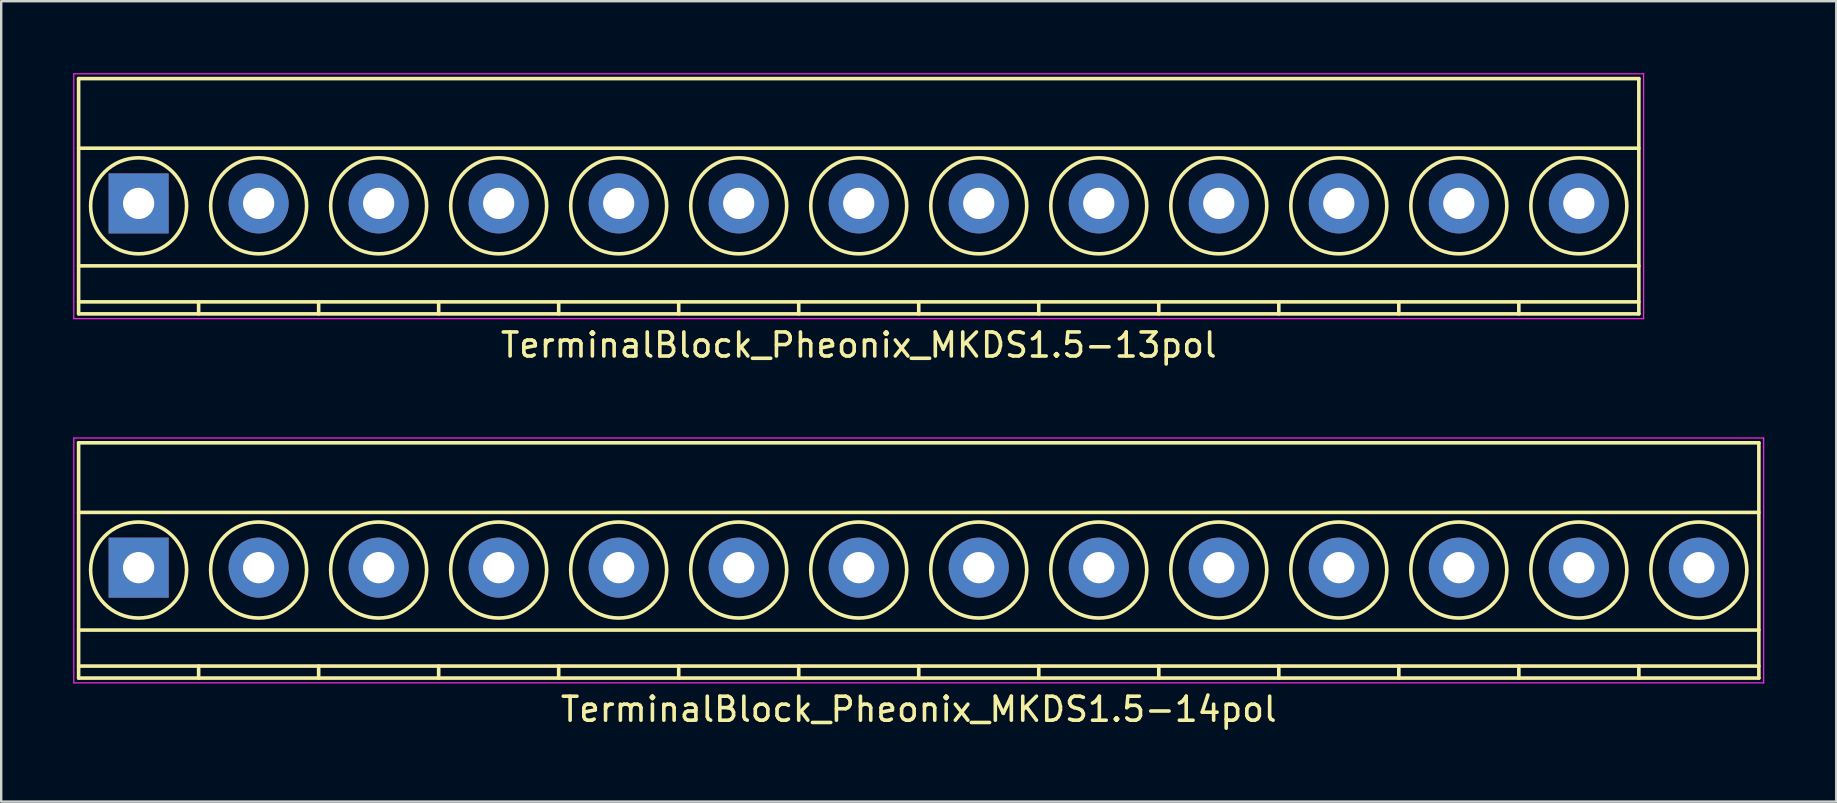
<source format=kicad_pcb>
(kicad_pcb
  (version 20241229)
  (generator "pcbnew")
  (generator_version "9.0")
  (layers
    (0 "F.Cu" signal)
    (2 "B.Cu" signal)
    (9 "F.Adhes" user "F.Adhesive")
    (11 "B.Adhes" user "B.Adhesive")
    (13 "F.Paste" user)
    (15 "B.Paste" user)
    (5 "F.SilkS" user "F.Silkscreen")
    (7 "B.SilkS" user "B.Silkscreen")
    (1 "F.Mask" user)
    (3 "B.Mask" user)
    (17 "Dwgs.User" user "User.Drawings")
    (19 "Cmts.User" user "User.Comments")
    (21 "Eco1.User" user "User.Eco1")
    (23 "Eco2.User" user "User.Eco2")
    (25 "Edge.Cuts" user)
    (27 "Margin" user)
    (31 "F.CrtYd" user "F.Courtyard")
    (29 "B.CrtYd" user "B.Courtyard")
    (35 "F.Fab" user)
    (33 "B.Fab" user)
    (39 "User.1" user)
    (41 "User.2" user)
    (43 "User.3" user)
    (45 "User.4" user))
  (footprint "TerminalBlock_Pheonix_MKDS1.5-13pol"
    (layer "F.Cu")
    (at 2.725 5.425)
    (property "Reference" "TerminalBlock_Pheonix_MKDS1.5-13pol" (at 30 5.9 0) (layer "F.SilkS") (effects (font (size 1 1) (thickness 0.15))))
    (attr through_hole)
    (fp_line (start -2.5 -5.2) (end -2.5 4.6) (stroke (width 0.15) (type solid)) (layer "F.SilkS"))
    (fp_line (start -2.5 -2.3) (end 62.5 -2.3) (stroke (width 0.15) (type solid)) (layer "F.SilkS"))
    (fp_line (start -2.5 2.6) (end 62.5 2.6) (stroke (width 0.15) (type solid)) (layer "F.SilkS"))
    (fp_line (start -2.5 4.1) (end 62.5 4.1) (stroke (width 0.15) (type solid)) (layer "F.SilkS"))
    (fp_line (start -2.5 4.6) (end 62.5 4.6) (stroke (width 0.15) (type solid)) (layer "F.SilkS"))
    (fp_line (start 2.5 4.1) (end 2.5 4.6) (stroke (width 0.15) (type solid)) (layer "F.SilkS"))
    (fp_line (start 7.5 4.1) (end 7.5 4.6) (stroke (width 0.15) (type solid)) (layer "F.SilkS"))
    (fp_line (start 12.5 4.1) (end 12.5 4.6) (stroke (width 0.15) (type solid)) (layer "F.SilkS"))
    (fp_line (start 17.5 4.1) (end 17.5 4.6) (stroke (width 0.15) (type solid)) (layer "F.SilkS"))
    (fp_line (start 22.5 4.1) (end 22.5 4.6) (stroke (width 0.15) (type solid)) (layer "F.SilkS"))
    (fp_line (start 27.5 4.1) (end 27.5 4.6) (stroke (width 0.15) (type solid)) (layer "F.SilkS"))
    (fp_line (start 32.5 4.1) (end 32.5 4.6) (stroke (width 0.15) (type solid)) (layer "F.SilkS"))
    (fp_line (start 37.5 4.1) (end 37.5 4.6) (stroke (width 0.15) (type solid)) (layer "F.SilkS"))
    (fp_line (start 42.5 4.1) (end 42.5 4.6) (stroke (width 0.15) (type solid)) (layer "F.SilkS"))
    (fp_line (start 47.5 4.1) (end 47.5 4.6) (stroke (width 0.15) (type solid)) (layer "F.SilkS"))
    (fp_line (start 52.5 4.1) (end 52.5 4.6) (stroke (width 0.15) (type solid)) (layer "F.SilkS"))
    (fp_line (start 57.5 4.1) (end 57.5 4.6) (stroke (width 0.15) (type solid)) (layer "F.SilkS"))
    (fp_line (start 62.5 -5.2) (end -2.5 -5.2) (stroke (width 0.15) (type solid)) (layer "F.SilkS"))
    (fp_line (start 62.5 4.6) (end 62.5 -5.2) (stroke (width 0.15) (type solid)) (layer "F.SilkS"))
    (fp_circle (center 0 0.1) (end 2 0.1) (stroke (width 0.15) (type solid)) (fill no) (layer "F.SilkS"))
    (fp_circle (center 5 0.1) (end 3 0.1) (stroke (width 0.15) (type solid)) (fill no) (layer "F.SilkS"))
    (fp_circle (center 10 0.1) (end 8 0.1) (stroke (width 0.15) (type solid)) (fill no) (layer "F.SilkS"))
    (fp_circle (center 15 0.1) (end 13 0.1) (stroke (width 0.15) (type solid)) (fill no) (layer "F.SilkS"))
    (fp_circle (center 20 0.1) (end 18 0.1) (stroke (width 0.15) (type solid)) (fill no) (layer "F.SilkS"))
    (fp_circle (center 25 0.1) (end 23 0.1) (stroke (width 0.15) (type solid)) (fill no) (layer "F.SilkS"))
    (fp_circle (center 30 0.1) (end 28 0.1) (stroke (width 0.15) (type solid)) (fill no) (layer "F.SilkS"))
    (fp_circle (center 35 0.1) (end 33 0.1) (stroke (width 0.15) (type solid)) (fill no) (layer "F.SilkS"))
    (fp_circle (center 40 0.1) (end 38 0.1) (stroke (width 0.15) (type solid)) (fill no) (layer "F.SilkS"))
    (fp_circle (center 45 0.1) (end 43 0.1) (stroke (width 0.15) (type solid)) (fill no) (layer "F.SilkS"))
    (fp_circle (center 50 0.1) (end 48 0.1) (stroke (width 0.15) (type solid)) (fill no) (layer "F.SilkS"))
    (fp_circle (center 55 0.1) (end 53 0.1) (stroke (width 0.15) (type solid)) (fill no) (layer "F.SilkS"))
    (fp_circle (center 60 0.1) (end 58 0.1) (stroke (width 0.15) (type solid)) (fill no) (layer "F.SilkS"))
    (fp_line (start -2.7 -5.4) (end 62.7 -5.4) (stroke (width 0.05) (type solid)) (layer "F.CrtYd"))
    (fp_line (start -2.7 4.8) (end -2.7 -5.4) (stroke (width 0.05) (type solid)) (layer "F.CrtYd"))
    (fp_line (start 62.7 -5.4) (end 62.7 4.8) (stroke (width 0.05) (type solid)) (layer "F.CrtYd"))
    (fp_line (start 62.7 4.8) (end -2.7 4.8) (stroke (width 0.05) (type solid)) (layer "F.CrtYd"))
    (pad "1" thru_hole rect (at 0 0) (size 2.5 2.5) (drill 1.3) (layers "*.Cu" "*.Mask"))
    (pad "2" thru_hole circle (at 5 0) (size 2.5 2.5) (drill 1.3) (layers "*.Cu" "*.Mask"))
    (pad "3" thru_hole circle (at 10 0) (size 2.5 2.5) (drill 1.3) (layers "*.Cu" "*.Mask"))
    (pad "4" thru_hole circle (at 15 0) (size 2.5 2.5) (drill 1.3) (layers "*.Cu" "*.Mask"))
    (pad "5" thru_hole circle (at 20 0) (size 2.5 2.5) (drill 1.3) (layers "*.Cu" "*.Mask"))
    (pad "6" thru_hole circle (at 25 0) (size 2.5 2.5) (drill 1.3) (layers "*.Cu" "*.Mask"))
    (pad "7" thru_hole circle (at 30 0) (size 2.5 2.5) (drill 1.3) (layers "*.Cu" "*.Mask"))
    (pad "8" thru_hole circle (at 35 0) (size 2.5 2.5) (drill 1.3) (layers "*.Cu" "*.Mask"))
    (pad "9" thru_hole circle (at 40 0) (size 2.5 2.5) (drill 1.3) (layers "*.Cu" "*.Mask"))
    (pad "10" thru_hole circle (at 45 0) (size 2.5 2.5) (drill 1.3) (layers "*.Cu" "*.Mask"))
    (pad "11" thru_hole circle (at 50 0) (size 2.5 2.5) (drill 1.3) (layers "*.Cu" "*.Mask"))
    (pad "12" thru_hole circle (at 55 0) (size 2.5 2.5) (drill 1.3) (layers "*.Cu" "*.Mask"))
    (pad "13" thru_hole circle (at 60 0) (size 2.5 2.5) (drill 1.3) (layers "*.Cu" "*.Mask")))
  (footprint "TerminalBlock_Pheonix_MKDS1.5-14pol"
    (layer "F.Cu")
    (at 2.725 20.598)
    (property "Reference" "TerminalBlock_Pheonix_MKDS1.5-14pol" (at 32.5 5.9 0) (layer "F.SilkS") (effects (font (size 1 1) (thickness 0.15))))
    (attr through_hole)
    (fp_line (start -2.5 -5.2) (end -2.5 4.6) (stroke (width 0.15) (type solid)) (layer "F.SilkS"))
    (fp_line (start -2.5 -2.3) (end 67.5 -2.3) (stroke (width 0.15) (type solid)) (layer "F.SilkS"))
    (fp_line (start -2.5 2.6) (end 67.5 2.6) (stroke (width 0.15) (type solid)) (layer "F.SilkS"))
    (fp_line (start -2.5 4.1) (end 67.5 4.1) (stroke (width 0.15) (type solid)) (layer "F.SilkS"))
    (fp_line (start -2.5 4.6) (end 67.5 4.6) (stroke (width 0.15) (type solid)) (layer "F.SilkS"))
    (fp_line (start 2.5 4.1) (end 2.5 4.6) (stroke (width 0.15) (type solid)) (layer "F.SilkS"))
    (fp_line (start 7.5 4.1) (end 7.5 4.6) (stroke (width 0.15) (type solid)) (layer "F.SilkS"))
    (fp_line (start 12.5 4.1) (end 12.5 4.6) (stroke (width 0.15) (type solid)) (layer "F.SilkS"))
    (fp_line (start 17.5 4.1) (end 17.5 4.6) (stroke (width 0.15) (type solid)) (layer "F.SilkS"))
    (fp_line (start 22.5 4.1) (end 22.5 4.6) (stroke (width 0.15) (type solid)) (layer "F.SilkS"))
    (fp_line (start 27.5 4.1) (end 27.5 4.6) (stroke (width 0.15) (type solid)) (layer "F.SilkS"))
    (fp_line (start 32.5 4.1) (end 32.5 4.6) (stroke (width 0.15) (type solid)) (layer "F.SilkS"))
    (fp_line (start 37.5 4.1) (end 37.5 4.6) (stroke (width 0.15) (type solid)) (layer "F.SilkS"))
    (fp_line (start 42.5 4.1) (end 42.5 4.6) (stroke (width 0.15) (type solid)) (layer "F.SilkS"))
    (fp_line (start 47.5 4.1) (end 47.5 4.6) (stroke (width 0.15) (type solid)) (layer "F.SilkS"))
    (fp_line (start 52.5 4.1) (end 52.5 4.6) (stroke (width 0.15) (type solid)) (layer "F.SilkS"))
    (fp_line (start 57.5 4.1) (end 57.5 4.6) (stroke (width 0.15) (type solid)) (layer "F.SilkS"))
    (fp_line (start 62.5 4.1) (end 62.5 4.6) (stroke (width 0.15) (type solid)) (layer "F.SilkS"))
    (fp_line (start 67.5 -5.2) (end -2.5 -5.2) (stroke (width 0.15) (type solid)) (layer "F.SilkS"))
    (fp_line (start 67.5 4.6) (end 67.5 -5.2) (stroke (width 0.15) (type solid)) (layer "F.SilkS"))
    (fp_circle (center 0 0.1) (end 2 0.1) (stroke (width 0.15) (type solid)) (fill no) (layer "F.SilkS"))
    (fp_circle (center 5 0.1) (end 3 0.1) (stroke (width 0.15) (type solid)) (fill no) (layer "F.SilkS"))
    (fp_circle (center 10 0.1) (end 8 0.1) (stroke (width 0.15) (type solid)) (fill no) (layer "F.SilkS"))
    (fp_circle (center 15 0.1) (end 13 0.1) (stroke (width 0.15) (type solid)) (fill no) (layer "F.SilkS"))
    (fp_circle (center 20 0.1) (end 18 0.1) (stroke (width 0.15) (type solid)) (fill no) (layer "F.SilkS"))
    (fp_circle (center 25 0.1) (end 23 0.1) (stroke (width 0.15) (type solid)) (fill no) (layer "F.SilkS"))
    (fp_circle (center 30 0.1) (end 28 0.1) (stroke (width 0.15) (type solid)) (fill no) (layer "F.SilkS"))
    (fp_circle (center 35 0.1) (end 33 0.1) (stroke (width 0.15) (type solid)) (fill no) (layer "F.SilkS"))
    (fp_circle (center 40 0.1) (end 38 0.1) (stroke (width 0.15) (type solid)) (fill no) (layer "F.SilkS"))
    (fp_circle (center 45 0.1) (end 43 0.1) (stroke (width 0.15) (type solid)) (fill no) (layer "F.SilkS"))
    (fp_circle (center 50 0.1) (end 48 0.1) (stroke (width 0.15) (type solid)) (fill no) (layer "F.SilkS"))
    (fp_circle (center 55 0.1) (end 53 0.1) (stroke (width 0.15) (type solid)) (fill no) (layer "F.SilkS"))
    (fp_circle (center 60 0.1) (end 58 0.1) (stroke (width 0.15) (type solid)) (fill no) (layer "F.SilkS"))
    (fp_circle (center 65 0.1) (end 63 0.1) (stroke (width 0.15) (type solid)) (fill no) (layer "F.SilkS"))
    (fp_line (start -2.7 -5.4) (end 67.7 -5.4) (stroke (width 0.05) (type solid)) (layer "F.CrtYd"))
    (fp_line (start -2.7 4.8) (end -2.7 -5.4) (stroke (width 0.05) (type solid)) (layer "F.CrtYd"))
    (fp_line (start 67.7 -5.4) (end 67.7 4.8) (stroke (width 0.05) (type solid)) (layer "F.CrtYd"))
    (fp_line (start 67.7 4.8) (end -2.7 4.8) (stroke (width 0.05) (type solid)) (layer "F.CrtYd"))
    (pad "1" thru_hole rect (at 0 0) (size 2.5 2.5) (drill 1.3) (layers "*.Cu" "*.Mask"))
    (pad "2" thru_hole circle (at 5 0) (size 2.5 2.5) (drill 1.3) (layers "*.Cu" "*.Mask"))
    (pad "3" thru_hole circle (at 10 0) (size 2.5 2.5) (drill 1.3) (layers "*.Cu" "*.Mask"))
    (pad "4" thru_hole circle (at 15 0) (size 2.5 2.5) (drill 1.3) (layers "*.Cu" "*.Mask"))
    (pad "5" thru_hole circle (at 20 0) (size 2.5 2.5) (drill 1.3) (layers "*.Cu" "*.Mask"))
    (pad "6" thru_hole circle (at 25 0) (size 2.5 2.5) (drill 1.3) (layers "*.Cu" "*.Mask"))
    (pad "7" thru_hole circle (at 30 0) (size 2.5 2.5) (drill 1.3) (layers "*.Cu" "*.Mask"))
    (pad "8" thru_hole circle (at 35 0) (size 2.5 2.5) (drill 1.3) (layers "*.Cu" "*.Mask"))
    (pad "9" thru_hole circle (at 40 0) (size 2.5 2.5) (drill 1.3) (layers "*.Cu" "*.Mask"))
    (pad "10" thru_hole circle (at 45 0) (size 2.5 2.5) (drill 1.3) (layers "*.Cu" "*.Mask"))
    (pad "11" thru_hole circle (at 50 0) (size 2.5 2.5) (drill 1.3) (layers "*.Cu" "*.Mask"))
    (pad "12" thru_hole circle (at 55 0) (size 2.5 2.5) (drill 1.3) (layers "*.Cu" "*.Mask"))
    (pad "13" thru_hole circle (at 60 0) (size 2.5 2.5) (drill 1.3) (layers "*.Cu" "*.Mask"))
    (pad "14" thru_hole circle (at 65 0) (size 2.5 2.5) (drill 1.3) (layers "*.Cu" "*.Mask")))
  (gr_rect
    (start -3 -3)
    (end 73.45 30.346)
    (stroke (width 0.1) (type default))
    (fill no)
    (layer "Edge.Cuts")))
</source>
